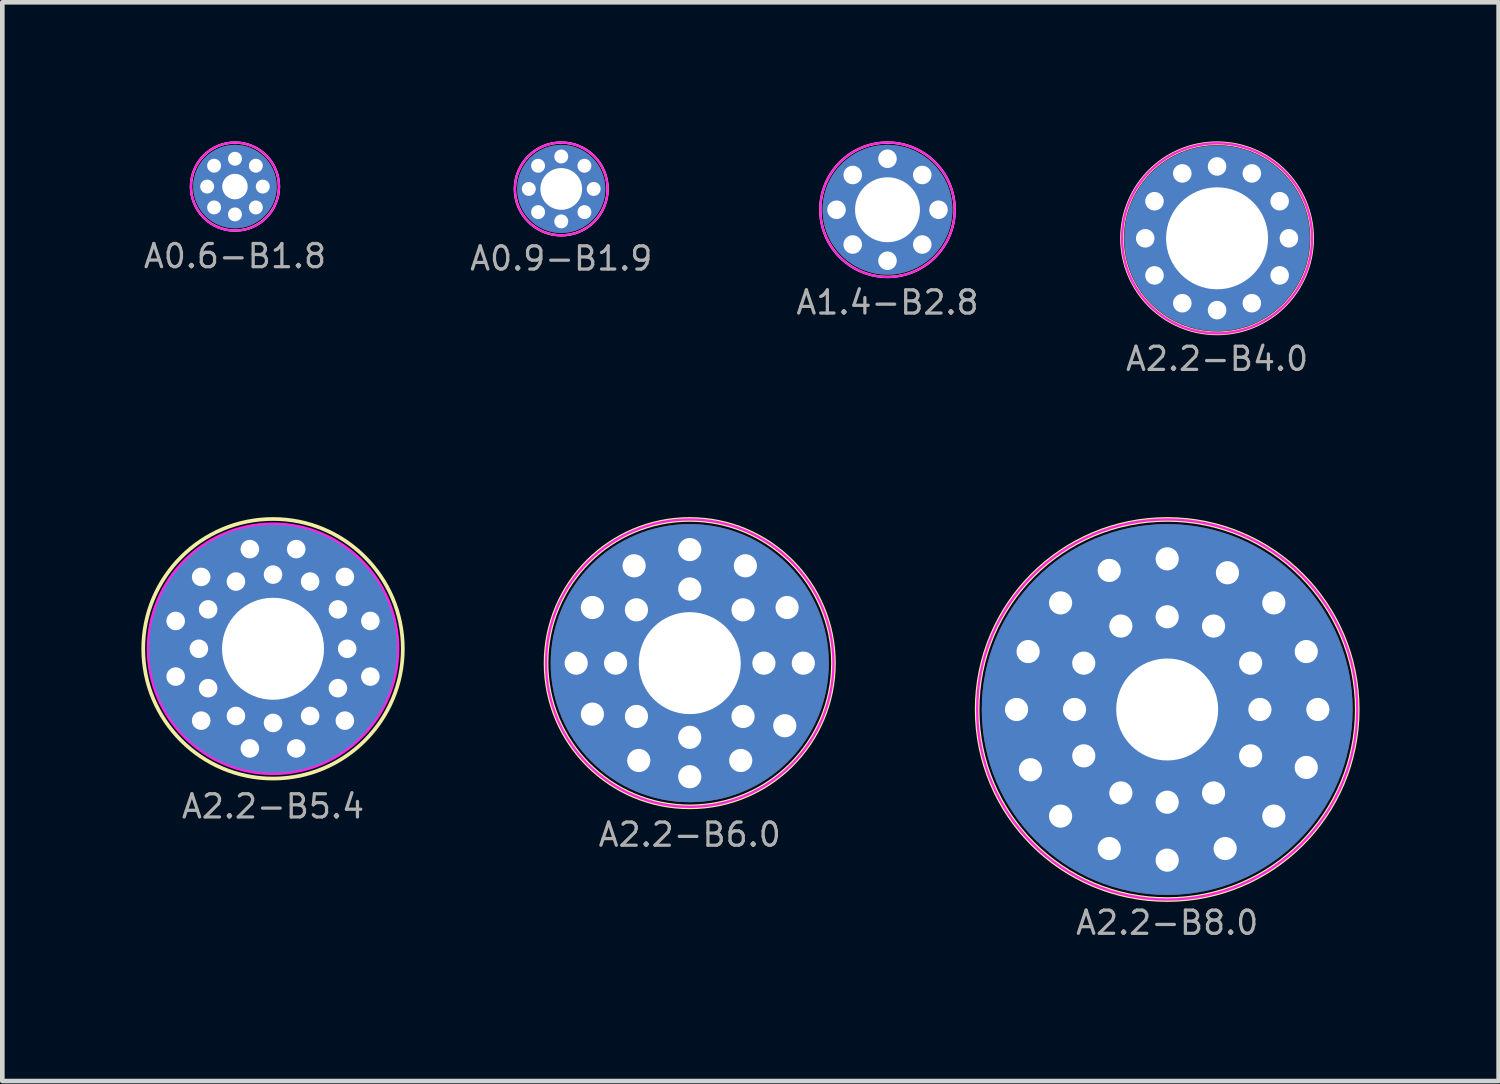
<source format=kicad_pcb>
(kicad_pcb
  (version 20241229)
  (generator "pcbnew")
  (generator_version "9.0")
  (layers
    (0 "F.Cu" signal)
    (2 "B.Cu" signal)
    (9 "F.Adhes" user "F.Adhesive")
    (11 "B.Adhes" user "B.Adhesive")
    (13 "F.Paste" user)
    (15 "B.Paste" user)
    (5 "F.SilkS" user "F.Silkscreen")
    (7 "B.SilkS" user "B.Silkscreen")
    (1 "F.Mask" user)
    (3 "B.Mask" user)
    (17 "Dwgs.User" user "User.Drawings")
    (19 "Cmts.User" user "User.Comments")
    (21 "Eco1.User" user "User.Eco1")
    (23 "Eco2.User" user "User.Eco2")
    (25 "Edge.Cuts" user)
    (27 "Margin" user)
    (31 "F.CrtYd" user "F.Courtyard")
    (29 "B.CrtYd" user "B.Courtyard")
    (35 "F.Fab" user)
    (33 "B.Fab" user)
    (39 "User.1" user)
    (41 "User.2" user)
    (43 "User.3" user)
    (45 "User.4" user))
  (footprint "A2.2-B6.0"
    (layer "F.Cu")
    (at 11.83 11.256)
    (property "Reference" "A2.2-B6.0" (at 0 3.7 0) (layer "F.Fab") (effects (font (size 0.5 0.5) (thickness 0.07))))
    (attr through_hole)
    (fp_circle (center 0 0) (end 3.1 0) (stroke (width 0.1) (type solid)) (fill no) (layer "F.SilkS"))
    (fp_circle (center 0 0) (end 3.1 0) (stroke (width 0.05) (type solid)) (fill no) (layer "F.CrtYd"))
    (pad "1" thru_hole circle (at -2.45 0) (size 0.6 0.6) (drill 0.5) (layers "*.Cu" "*.Mask"))
    (pad "1" thru_hole circle (at -2.1 -1.2) (size 0.6 0.6) (drill 0.5) (layers "*.Cu" "*.Mask"))
    (pad "1" thru_hole circle (at -2.1 1.1) (size 0.6 0.6) (drill 0.5) (layers "*.Cu" "*.Mask"))
    (pad "1" thru_hole circle (at -1.6 0) (size 0.6 0.6) (drill 0.5) (layers "*.Cu" "*.Mask"))
    (pad "1" thru_hole circle (at -1.2 -2.1) (size 0.6 0.6) (drill 0.5) (layers "*.Cu" "*.Mask"))
    (pad "1" thru_hole circle (at -1.15 -1.15) (size 0.6 0.6) (drill 0.5) (layers "*.Cu" "*.Mask"))
    (pad "1" thru_hole circle (at -1.15 1.15) (size 0.6 0.6) (drill 0.5) (layers "*.Cu" "*.Mask"))
    (pad "1" thru_hole circle (at -1.1 2.1) (size 0.6 0.6) (drill 0.5) (layers "*.Cu" "*.Mask"))
    (pad "1" thru_hole circle (at 0 -2.45) (size 0.6 0.6) (drill 0.5) (layers "*.Cu" "*.Mask"))
    (pad "1" thru_hole circle (at 0 -1.6) (size 0.6 0.6) (drill 0.5) (layers "*.Cu" "*.Mask"))
    (pad "1" thru_hole circle (at 0 0) (size 6 6) (drill 2.2) (layers "*.Cu" "*.Mask"))
    (pad "1" thru_hole circle (at 0 1.6) (size 0.6 0.6) (drill 0.5) (layers "*.Cu" "*.Mask"))
    (pad "1" thru_hole circle (at 0 2.45) (size 0.6 0.6) (drill 0.5) (layers "*.Cu" "*.Mask"))
    (pad "1" thru_hole circle (at 1.1 2.1) (size 0.6 0.6) (drill 0.5) (layers "*.Cu" "*.Mask"))
    (pad "1" thru_hole circle (at 1.15 -1.15) (size 0.6 0.6) (drill 0.5) (layers "*.Cu" "*.Mask"))
    (pad "1" thru_hole circle (at 1.15 1.15) (size 0.6 0.6) (drill 0.5) (layers "*.Cu" "*.Mask"))
    (pad "1" thru_hole circle (at 1.2 -2.1) (size 0.6 0.6) (drill 0.5) (layers "*.Cu" "*.Mask"))
    (pad "1" thru_hole circle (at 1.6 0) (size 0.6 0.6) (drill 0.5) (layers "*.Cu" "*.Mask"))
    (pad "1" thru_hole circle (at 2.05 1.35) (size 0.6 0.6) (drill 0.5) (layers "*.Cu" "*.Mask"))
    (pad "1" thru_hole circle (at 2.1 -1.2) (size 0.6 0.6) (drill 0.5) (layers "*.Cu" "*.Mask"))
    (pad "1" thru_hole circle (at 2.45 0) (size 0.6 0.6) (drill 0.5) (layers "*.Cu" "*.Mask")))
  (footprint "A0.6-B1.8"
    (layer "F.Cu")
    (at 2.019 0.975)
    (property "Reference" "A0.6-B1.8" (at 0 1.5 0) (layer "F.Fab") (effects (font (size 0.5 0.5) (thickness 0.07))))
    (attr through_hole)
    (fp_circle (center 0 0) (end 0.95 0) (stroke (width 0.05) (type solid)) (fill no) (layer "F.SilkS"))
    (fp_circle (center 0 0) (end 0.95 0) (stroke (width 0.05) (type solid)) (fill no) (layer "F.CrtYd"))
    (pad "1" thru_hole circle (at -0.6 0) (size 0.35 0.35) (drill 0.3) (layers "*.Cu" "*.Mask"))
    (pad "1" thru_hole circle (at -0.45 -0.45) (size 0.35 0.35) (drill 0.3) (layers "*.Cu" "*.Mask"))
    (pad "1" thru_hole circle (at -0.45 0.45) (size 0.35 0.35) (drill 0.3) (layers "*.Cu" "*.Mask"))
    (pad "1" thru_hole circle (at 0 -0.6) (size 0.35 0.35) (drill 0.3) (layers "*.Cu" "*.Mask"))
    (pad "1" thru_hole circle (at 0 0) (size 1.8 1.8) (drill 0.55) (layers "*.Cu" "*.Mask"))
    (pad "1" thru_hole circle (at 0 0.6) (size 0.35 0.35) (drill 0.3) (layers "*.Cu" "*.Mask"))
    (pad "1" thru_hole circle (at 0.45 -0.45) (size 0.35 0.35) (drill 0.3) (layers "*.Cu" "*.Mask"))
    (pad "1" thru_hole circle (at 0.45 0.45) (size 0.35 0.35) (drill 0.3) (layers "*.Cu" "*.Mask"))
    (pad "1" thru_hole circle (at 0.6 0) (size 0.35 0.35) (drill 0.3) (layers "*.Cu" "*.Mask")))
  (footprint "A0.9-B1.9"
    (layer "F.Cu")
    (at 9.058 1.026)
    (property "Reference" "A0.9-B1.9" (at 0 1.5 0) (layer "F.Fab") (effects (font (size 0.5 0.5) (thickness 0.07))))
    (attr through_hole)
    (fp_circle (center 0 0) (end 1 0.05) (stroke (width 0.05) (type solid)) (fill no) (layer "F.SilkS"))
    (fp_circle (center 0 0) (end 1 0) (stroke (width 0.05) (type solid)) (fill no) (layer "F.CrtYd"))
    (pad "1" thru_hole circle (at -0.7 0) (size 0.35 0.35) (drill 0.3) (layers "*.Cu" "*.Mask"))
    (pad "1" thru_hole circle (at -0.5 -0.5) (size 0.35 0.35) (drill 0.3) (layers "*.Cu" "*.Mask"))
    (pad "1" thru_hole circle (at -0.5 0.5) (size 0.35 0.35) (drill 0.3) (layers "*.Cu" "*.Mask"))
    (pad "1" thru_hole circle (at 0 -0.7) (size 0.35 0.35) (drill 0.3) (layers "*.Cu" "*.Mask"))
    (pad "1" thru_hole circle (at 0 0) (size 1.9 1.9) (drill 0.9) (layers "*.Cu" "*.Mask"))
    (pad "1" thru_hole circle (at 0 0.7) (size 0.35 0.35) (drill 0.3) (layers "*.Cu" "*.Mask"))
    (pad "1" thru_hole circle (at 0.5 -0.5) (size 0.35 0.35) (drill 0.3) (layers "*.Cu" "*.Mask"))
    (pad "1" thru_hole circle (at 0.5 0.5) (size 0.35 0.35) (drill 0.3) (layers "*.Cu" "*.Mask"))
    (pad "1" thru_hole circle (at 0.7 0) (size 0.35 0.35) (drill 0.3) (layers "*.Cu" "*.Mask")))
  (footprint "A2.2-B5.4"
    (layer "F.Cu")
    (at 2.84 10.946)
    (property "Reference" "A2.2-B5.4" (at 0 3.4 0) (layer "F.Fab") (effects (font (size 0.5 0.5) (thickness 0.07))))
    (attr through_hole)
    (fp_circle (center 0 0) (end 2.8 0) (stroke (width 0.08) (type solid)) (fill no) (layer "F.SilkS"))
    (fp_circle (center 0 0) (end 2.7 0) (stroke (width 0.05) (type solid)) (fill no) (layer "F.CrtYd"))
    (pad "1" thru_hole circle (at -2.1 -0.6) (size 0.5 0.5) (drill 0.4) (layers "*.Cu" "*.Mask"))
    (pad "1" thru_hole circle (at -2.1 0.6) (size 0.5 0.5) (drill 0.4) (layers "*.Cu" "*.Mask"))
    (pad "1" thru_hole circle (at -1.6 0) (size 0.5 0.5) (drill 0.4) (layers "*.Cu" "*.Mask"))
    (pad "1" thru_hole circle (at -1.55 -1.55) (size 0.5 0.5) (drill 0.4) (layers "*.Cu" "*.Mask"))
    (pad "1" thru_hole circle (at -1.55 1.55) (size 0.5 0.5) (drill 0.4) (layers "*.Cu" "*.Mask"))
    (pad "1" thru_hole circle (at -1.4 -0.85) (size 0.5 0.5) (drill 0.4) (layers "*.Cu" "*.Mask"))
    (pad "1" thru_hole circle (at -1.4 0.85) (size 0.5 0.5) (drill 0.4) (layers "*.Cu" "*.Mask"))
    (pad "1" thru_hole circle (at -0.8 -1.45) (size 0.5 0.5) (drill 0.4) (layers "*.Cu" "*.Mask"))
    (pad "1" thru_hole circle (at -0.8 1.45) (size 0.5 0.5) (drill 0.4) (layers "*.Cu" "*.Mask"))
    (pad "1" thru_hole circle (at -0.5 -2.15) (size 0.5 0.5) (drill 0.4) (layers "*.Cu" "*.Mask"))
    (pad "1" thru_hole circle (at -0.5 2.15) (size 0.5 0.5) (drill 0.4) (layers "*.Cu" "*.Mask"))
    (pad "1" thru_hole circle (at 0 -1.6) (size 0.5 0.5) (drill 0.4) (layers "*.Cu" "*.Mask"))
    (pad "1" thru_hole circle (at 0 0) (size 5.4 5.4) (drill 2.2) (layers "*.Cu" "*.Mask"))
    (pad "1" thru_hole circle (at 0 1.6) (size 0.5 0.5) (drill 0.4) (layers "*.Cu" "*.Mask"))
    (pad "1" thru_hole circle (at 0.5 -2.15) (size 0.5 0.5) (drill 0.4) (layers "*.Cu" "*.Mask"))
    (pad "1" thru_hole circle (at 0.5 2.15) (size 0.5 0.5) (drill 0.4) (layers "*.Cu" "*.Mask"))
    (pad "1" thru_hole circle (at 0.8 -1.45) (size 0.5 0.5) (drill 0.4) (layers "*.Cu" "*.Mask"))
    (pad "1" thru_hole circle (at 0.8 1.45) (size 0.5 0.5) (drill 0.4) (layers "*.Cu" "*.Mask"))
    (pad "1" thru_hole circle (at 1.4 -0.85) (size 0.5 0.5) (drill 0.4) (layers "*.Cu" "*.Mask"))
    (pad "1" thru_hole circle (at 1.4 0.85) (size 0.5 0.5) (drill 0.4) (layers "*.Cu" "*.Mask"))
    (pad "1" thru_hole circle (at 1.55 -1.55) (size 0.5 0.5) (drill 0.4) (layers "*.Cu" "*.Mask"))
    (pad "1" thru_hole circle (at 1.55 1.55) (size 0.5 0.5) (drill 0.4) (layers "*.Cu" "*.Mask"))
    (pad "1" thru_hole circle (at 1.6 0) (size 0.5 0.5) (drill 0.4) (layers "*.Cu" "*.Mask"))
    (pad "1" thru_hole circle (at 2.1 -0.6) (size 0.5 0.5) (drill 0.4) (layers "*.Cu" "*.Mask"))
    (pad "1" thru_hole circle (at 2.1 0.6) (size 0.5 0.5) (drill 0.4) (layers "*.Cu" "*.Mask")))
  (footprint "A2.2-B8.0"
    (layer "F.Cu")
    (at 22.13 12.256)
    (property "Reference" "A2.2-B8.0" (at 0 4.6 0) (layer "F.Fab") (effects (font (size 0.5 0.5) (thickness 0.07))))
    (attr through_hole)
    (fp_circle (center 0 0) (end 4.1 0) (stroke (width 0.1) (type solid)) (fill no) (layer "F.SilkS"))
    (fp_circle (center 0 0) (end 4.1 0) (stroke (width 0.05) (type solid)) (fill no) (layer "F.CrtYd"))
    (pad "1" thru_hole circle (at -3.25 0) (size 0.6 0.6) (drill 0.5) (layers "*.Cu" "*.Mask"))
    (pad "1" thru_hole circle (at -3 -1.25) (size 0.6 0.6) (drill 0.5) (layers "*.Cu" "*.Mask"))
    (pad "1" thru_hole circle (at -2.95 1.3) (size 0.6 0.6) (drill 0.5) (layers "*.Cu" "*.Mask"))
    (pad "1" thru_hole circle (at -2.3 -2.3) (size 0.6 0.6) (drill 0.5) (layers "*.Cu" "*.Mask"))
    (pad "1" thru_hole circle (at -2.3 2.3) (size 0.6 0.6) (drill 0.5) (layers "*.Cu" "*.Mask"))
    (pad "1" thru_hole circle (at -2 0) (size 0.6 0.6) (drill 0.5) (layers "*.Cu" "*.Mask"))
    (pad "1" thru_hole circle (at -1.8 -1) (size 0.6 0.6) (drill 0.5) (layers "*.Cu" "*.Mask"))
    (pad "1" thru_hole circle (at -1.8 1) (size 0.6 0.6) (drill 0.5) (layers "*.Cu" "*.Mask"))
    (pad "1" thru_hole circle (at -1.25 -3) (size 0.6 0.6) (drill 0.5) (layers "*.Cu" "*.Mask"))
    (pad "1" thru_hole circle (at -1.25 3) (size 0.6 0.6) (drill 0.5) (layers "*.Cu" "*.Mask"))
    (pad "1" thru_hole circle (at -1 -1.8) (size 0.6 0.6) (drill 0.5) (layers "*.Cu" "*.Mask"))
    (pad "1" thru_hole circle (at -1 1.8) (size 0.6 0.6) (drill 0.5) (layers "*.Cu" "*.Mask"))
    (pad "1" thru_hole circle (at 0 -3.25) (size 0.6 0.6) (drill 0.5) (layers "*.Cu" "*.Mask"))
    (pad "1" thru_hole circle (at 0 -2) (size 0.6 0.6) (drill 0.5) (layers "*.Cu" "*.Mask"))
    (pad "1" thru_hole circle (at 0 0) (size 8 8) (drill 2.2) (layers "*.Cu" "*.Mask"))
    (pad "1" thru_hole circle (at 0 2) (size 0.6 0.6) (drill 0.5) (layers "*.Cu" "*.Mask"))
    (pad "1" thru_hole circle (at 0 3.25) (size 0.6 0.6) (drill 0.5) (layers "*.Cu" "*.Mask"))
    (pad "1" thru_hole circle (at 1 -1.8) (size 0.6 0.6) (drill 0.5) (layers "*.Cu" "*.Mask"))
    (pad "1" thru_hole circle (at 1 1.8) (size 0.6 0.6) (drill 0.5) (layers "*.Cu" "*.Mask"))
    (pad "1" thru_hole circle (at 1.25 3) (size 0.6 0.6) (drill 0.5) (layers "*.Cu" "*.Mask"))
    (pad "1" thru_hole circle (at 1.3 -2.95) (size 0.6 0.6) (drill 0.5) (layers "*.Cu" "*.Mask"))
    (pad "1" thru_hole circle (at 1.8 -1) (size 0.6 0.6) (drill 0.5) (layers "*.Cu" "*.Mask"))
    (pad "1" thru_hole circle (at 1.8 1) (size 0.6 0.6) (drill 0.5) (layers "*.Cu" "*.Mask"))
    (pad "1" thru_hole circle (at 2 0) (size 0.6 0.6) (drill 0.5) (layers "*.Cu" "*.Mask"))
    (pad "1" thru_hole circle (at 2.3 -2.3) (size 0.6 0.6) (drill 0.5) (layers "*.Cu" "*.Mask"))
    (pad "1" thru_hole circle (at 2.3 2.3) (size 0.6 0.6) (drill 0.5) (layers "*.Cu" "*.Mask"))
    (pad "1" thru_hole circle (at 3 -1.25) (size 0.6 0.6) (drill 0.5) (layers "*.Cu" "*.Mask"))
    (pad "1" thru_hole circle (at 3 1.25) (size 0.6 0.6) (drill 0.5) (layers "*.Cu" "*.Mask"))
    (pad "1" thru_hole circle (at 3.25 0) (size 0.6 0.6) (drill 0.5) (layers "*.Cu" "*.Mask")))
  (footprint "A1.4-B2.8"
    (layer "F.Cu")
    (at 16.096 1.475)
    (property "Reference" "A1.4-B2.8" (at 0 2 0) (layer "F.Fab") (effects (font (size 0.5 0.5) (thickness 0.07))))
    (attr through_hole)
    (fp_circle (center 0 0) (end 1.45 0) (stroke (width 0.05) (type solid)) (fill no) (layer "F.SilkS"))
    (fp_circle (center 0 0) (end 1.45 0) (stroke (width 0.05) (type solid)) (fill no) (layer "F.CrtYd"))
    (pad "1" thru_hole circle (at -1.1 0) (size 0.5 0.5) (drill 0.4) (layers "*.Cu" "*.Mask"))
    (pad "1" thru_hole circle (at -0.75 -0.75) (size 0.5 0.5) (drill 0.4) (layers "*.Cu" "*.Mask"))
    (pad "1" thru_hole circle (at -0.75 0.75) (size 0.5 0.5) (drill 0.4) (layers "*.Cu" "*.Mask"))
    (pad "1" thru_hole circle (at 0 -1.1) (size 0.5 0.5) (drill 0.4) (layers "*.Cu" "*.Mask"))
    (pad "1" thru_hole circle (at 0 0) (size 2.8 2.8) (drill 1.4) (layers "*.Cu" "*.Mask"))
    (pad "1" thru_hole circle (at 0 1.1) (size 0.5 0.5) (drill 0.4) (layers "*.Cu" "*.Mask"))
    (pad "1" thru_hole circle (at 0.75 -0.75) (size 0.5 0.5) (drill 0.4) (layers "*.Cu" "*.Mask"))
    (pad "1" thru_hole circle (at 0.75 0.75) (size 0.5 0.5) (drill 0.4) (layers "*.Cu" "*.Mask"))
    (pad "1" thru_hole circle (at 1.1 0) (size 0.5 0.5) (drill 0.4) (layers "*.Cu" "*.Mask")))
  (footprint "A2.2-B4.0"
    (layer "F.Cu")
    (at 23.206 2.091)
    (property "Reference" "A2.2-B4.0" (at 0 2.6 0) (layer "F.Fab") (effects (font (size 0.5 0.5) (thickness 0.07))))
    (attr through_hole)
    (fp_circle (center 0 0) (end 2.05 -0.05) (stroke (width 0.08) (type solid)) (fill no) (layer "F.SilkS"))
    (fp_circle (center 0 0) (end 2.05 0) (stroke (width 0.05) (type solid)) (fill no) (layer "F.CrtYd"))
    (pad "1" thru_hole circle (at -1.55 0) (size 0.5 0.5) (drill 0.4) (layers "*.Cu" "*.Mask"))
    (pad "1" thru_hole circle (at -1.35 -0.8) (size 0.5 0.5) (drill 0.4) (layers "*.Cu" "*.Mask"))
    (pad "1" thru_hole circle (at -1.35 0.8) (size 0.5 0.5) (drill 0.4) (layers "*.Cu" "*.Mask"))
    (pad "1" thru_hole circle (at -0.75 -1.4) (size 0.5 0.5) (drill 0.4) (layers "*.Cu" "*.Mask"))
    (pad "1" thru_hole circle (at -0.75 1.4) (size 0.5 0.5) (drill 0.4) (layers "*.Cu" "*.Mask"))
    (pad "1" thru_hole circle (at 0 -1.55) (size 0.5 0.5) (drill 0.4) (layers "*.Cu" "*.Mask"))
    (pad "1" thru_hole circle (at 0 0) (size 4 4) (drill 2.2) (layers "*.Cu" "*.Mask"))
    (pad "1" thru_hole circle (at 0 1.55) (size 0.5 0.5) (drill 0.4) (layers "*.Cu" "*.Mask"))
    (pad "1" thru_hole circle (at 0.75 -1.4) (size 0.5 0.5) (drill 0.4) (layers "*.Cu" "*.Mask"))
    (pad "1" thru_hole circle (at 0.75 1.4) (size 0.5 0.5) (drill 0.4) (layers "*.Cu" "*.Mask"))
    (pad "1" thru_hole circle (at 1.35 -0.8) (size 0.5 0.5) (drill 0.4) (layers "*.Cu" "*.Mask"))
    (pad "1" thru_hole circle (at 1.35 0.8) (size 0.5 0.5) (drill 0.4) (layers "*.Cu" "*.Mask"))
    (pad "1" thru_hole circle (at 1.55 0) (size 0.5 0.5) (drill 0.4) (layers "*.Cu" "*.Mask")))
  (gr_rect
    (start -3 -3)
    (end 29.28 20.271)
    (stroke (width 0.1) (type default))
    (fill no)
    (layer "Edge.Cuts")))
</source>
